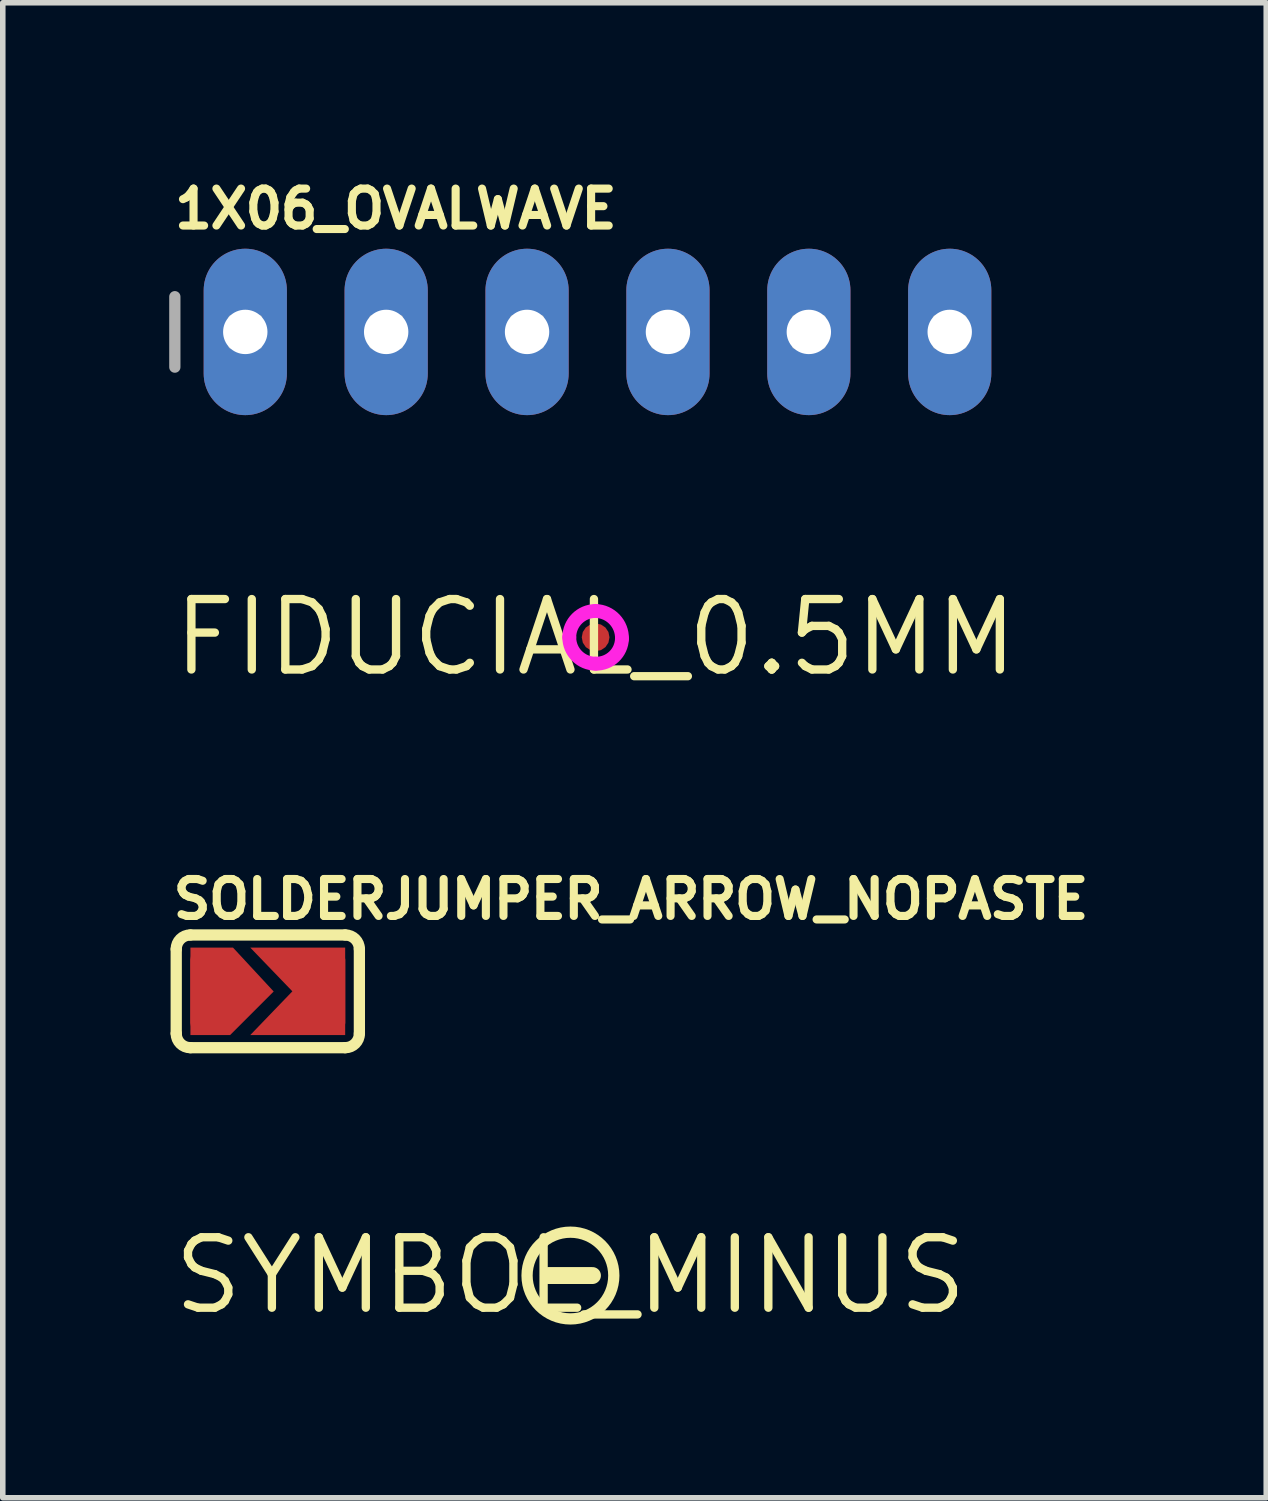
<source format=kicad_pcb>
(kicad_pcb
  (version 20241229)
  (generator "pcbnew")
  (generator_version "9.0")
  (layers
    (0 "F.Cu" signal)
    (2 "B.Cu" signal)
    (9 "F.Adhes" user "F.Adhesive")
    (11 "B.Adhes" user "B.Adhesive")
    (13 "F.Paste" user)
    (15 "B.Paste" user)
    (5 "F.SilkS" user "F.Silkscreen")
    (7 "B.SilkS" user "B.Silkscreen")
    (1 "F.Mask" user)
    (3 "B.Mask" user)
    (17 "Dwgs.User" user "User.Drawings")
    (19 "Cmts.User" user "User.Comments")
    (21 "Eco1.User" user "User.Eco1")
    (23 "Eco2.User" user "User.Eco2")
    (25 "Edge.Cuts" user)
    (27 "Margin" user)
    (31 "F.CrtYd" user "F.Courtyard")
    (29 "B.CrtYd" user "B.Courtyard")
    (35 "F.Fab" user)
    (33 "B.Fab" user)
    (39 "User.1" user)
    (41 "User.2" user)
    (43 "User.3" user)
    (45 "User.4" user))
  (footprint "SOLDERJUMPER_ARROW_NOPASTE"
    (layer "F.Cu")
    (at 1.778 14.822)
    (property "Reference" "SOLDERJUMPER_ARROW_NOPASTE" (at -1.778 -1.27 0) (unlocked yes) (layer "F.SilkS") (effects (font (size 0.666 0.666) (thickness 0.146)) (justify left bottom)))
    (fp_poly (pts (xy 0.106 0.003) (xy -0.679 0.788) (xy -1.395 0.788) (xy -1.395 -0.788) (xy -0.627 -0.788)) (stroke (width 0) (type default)) (fill yes) (layer "F.Cu"))
    (fp_poly (pts (xy 1.395 0.788) (xy -0.316 0.788) (xy 0.443 0) (xy -0.316 -0.788) (xy 1.395 -0.788)) (stroke (width 0) (type default)) (fill yes) (layer "F.Cu"))
    (fp_poly (pts (xy -1.46 0.826) (xy 1.46 0.826) (xy 1.46 -0.826) (xy -1.46 -0.826)) (stroke (width 0) (type default)) (fill yes) (layer "F.Mask"))
    (fp_line (start -1.651 0.762) (end -1.651 -0.762) (stroke (width 0.203) (type solid)) (layer "F.SilkS"))
    (fp_line (start -1.397 -1.016) (end 1.397 -1.016) (stroke (width 0.203) (type solid)) (layer "F.SilkS"))
    (fp_line (start 1.397 1.016) (end -1.397 1.016) (stroke (width 0.203) (type solid)) (layer "F.SilkS"))
    (fp_line (start 1.651 0.762) (end 1.651 -0.762) (stroke (width 0.203) (type solid)) (layer "F.SilkS"))
    (fp_arc (start -1.651 -0.762) (mid -1.576605 -0.941605) (end -1.397 -1.016) (stroke (width 0.2032) (type solid)) (layer "F.SilkS"))
    (fp_arc (start -1.397 1.016) (mid -1.576605 0.941605) (end -1.651 0.762) (stroke (width 0.2032) (type solid)) (layer "F.SilkS"))
    (fp_arc (start 1.397 -1.016) (mid 1.576605 -0.941605) (end 1.651 -0.762) (stroke (width 0.2032) (type solid)) (layer "F.SilkS"))
    (fp_arc (start 1.651 0.762) (mid 1.576605 0.941605) (end 1.397 1.016) (stroke (width 0.2032) (type solid)) (layer "F.SilkS"))
    (pad "1" smd roundrect (at -1.016 0) (size 0.762 1.524) (layers "F.Cu") (roundrect_rratio 0.25))
    (pad "2" smd roundrect (at 1.016 0) (size 0.762 1.524) (layers "F.Cu") (roundrect_rratio 0.25)))
  (footprint "SYMBOL_MINUS"
    (layer "F.Cu")
    (at 7.234 19.946)
    (property "Reference" "SYMBOL_MINUS" (at 0 0 0) (layer "F.SilkS") (effects (font (size 1.27 1.27) (thickness 0.15))))
    (fp_line (start 0.397 0) (end -0.397 0) (stroke (width 0.305) (type solid)) (layer "F.SilkS"))
    (fp_circle (center 0 0) (end 0.782 0) (stroke (width 0.203) (type solid)) (fill no) (layer "F.SilkS")))
  (footprint "FIDUCIAL_0.5MM"
    (layer "F.Cu")
    (at 7.688 8.44)
    (property "Reference" "FIDUCIAL_0.5MM" (at 0 0 0) (layer "F.SilkS") (effects (font (size 1.27 1.27) (thickness 0.15))))
    (fp_arc (start -0.475 0) (mid -0.335876 -0.335876) (end 0 -0.475) (stroke (width 0.25) (type solid)) (layer "F.Mask"))
    (fp_arc (start 0 -0.475) (mid 0.341053 -0.323376) (end 0.475 0.025) (stroke (width 0.25) (type solid)) (layer "F.Mask"))
    (fp_arc (start 0 0.475) (mid -0.335876 0.335876) (end -0.475 0) (stroke (width 0.25) (type solid)) (layer "F.Mask"))
    (fp_arc (start 0.475 0.025) (mid 0.330697 0.348376) (end -0.000002 0.475) (stroke (width 0.25) (type solid)) (layer "F.Mask"))
    (fp_arc (start -0.475 0) (mid -0.335876 -0.335876) (end 0 -0.475) (stroke (width 0.25) (type solid)) (layer "F.CrtYd"))
    (fp_arc (start 0 -0.475) (mid 0.341053 -0.323376) (end 0.475 0.025) (stroke (width 0.25) (type solid)) (layer "F.CrtYd"))
    (fp_arc (start 0 0.475) (mid -0.335876 0.335876) (end -0.475 0) (stroke (width 0.25) (type solid)) (layer "F.CrtYd"))
    (fp_arc (start 0.475 0.025) (mid 0.330697 0.348376) (end -0.000002 0.475) (stroke (width 0.25) (type solid)) (layer "F.CrtYd"))
    (pad "1" smd roundrect (at 0 0) (size 0.5 0.5) (layers "F.Cu" "F.Mask") (roundrect_rratio 0.5)))
  (footprint "1X06_OVALWAVE"
    (layer "F.Cu")
    (at 7.722 2.934)
    (property "Reference" "1X06_OVALWAVE" (at -7.696 -1.829 0) (unlocked yes) (layer "F.SilkS") (effects (font (size 0.666 0.666) (thickness 0.146)) (justify left bottom)))
    (fp_line (start -7.62 -0.635) (end -7.62 0.635) (stroke (width 0.203) (type solid)) (layer "F.Fab"))
    (fp_poly (pts (xy -6.604 0.254) (xy -6.096 0.254) (xy -6.096 -0.254) (xy -6.604 -0.254)) (stroke (width 0.1) (type default)) (fill no) (layer "F.Fab"))
    (fp_poly (pts (xy -4.064 0.254) (xy -3.556 0.254) (xy -3.556 -0.254) (xy -4.064 -0.254)) (stroke (width 0.1) (type default)) (fill no) (layer "F.Fab"))
    (fp_poly (pts (xy -1.524 0.254) (xy -1.016 0.254) (xy -1.016 -0.254) (xy -1.524 -0.254)) (stroke (width 0.1) (type default)) (fill no) (layer "F.Fab"))
    (fp_poly (pts (xy 1.016 0.254) (xy 1.524 0.254) (xy 1.524 -0.254) (xy 1.016 -0.254)) (stroke (width 0.1) (type default)) (fill no) (layer "F.Fab"))
    (fp_poly (pts (xy 3.556 0.254) (xy 4.064 0.254) (xy 4.064 -0.254) (xy 3.556 -0.254)) (stroke (width 0.1) (type default)) (fill no) (layer "F.Fab"))
    (fp_poly (pts (xy 6.096 0.254) (xy 6.604 0.254) (xy 6.604 -0.254) (xy 6.096 -0.254)) (stroke (width 0.1) (type default)) (fill no) (layer "F.Fab"))
    (pad "1" thru_hole oval (at -6.35 0 90) (size 3 1.5) (drill 0.8) (layers "*.Cu" "*.Mask"))
    (pad "2" thru_hole oval (at -3.81 0 90) (size 3 1.5) (drill 0.8) (layers "*.Cu" "*.Mask"))
    (pad "3" thru_hole oval (at -1.27 0 90) (size 3 1.5) (drill 0.8) (layers "*.Cu" "*.Mask"))
    (pad "4" thru_hole oval (at 1.27 0 90) (size 3 1.5) (drill 0.8) (layers "*.Cu" "*.Mask"))
    (pad "5" thru_hole oval (at 3.81 0 90) (size 3 1.5) (drill 0.8) (layers "*.Cu" "*.Mask"))
    (pad "6" thru_hole oval (at 6.35 0 90) (size 3 1.5) (drill 0.8) (layers "*.Cu" "*.Mask")))
  (gr_rect
    (start -3 -3)
    (end 19.778 23.952)
    (stroke (width 0.1) (type default))
    (fill no)
    (layer "Edge.Cuts")))
</source>
